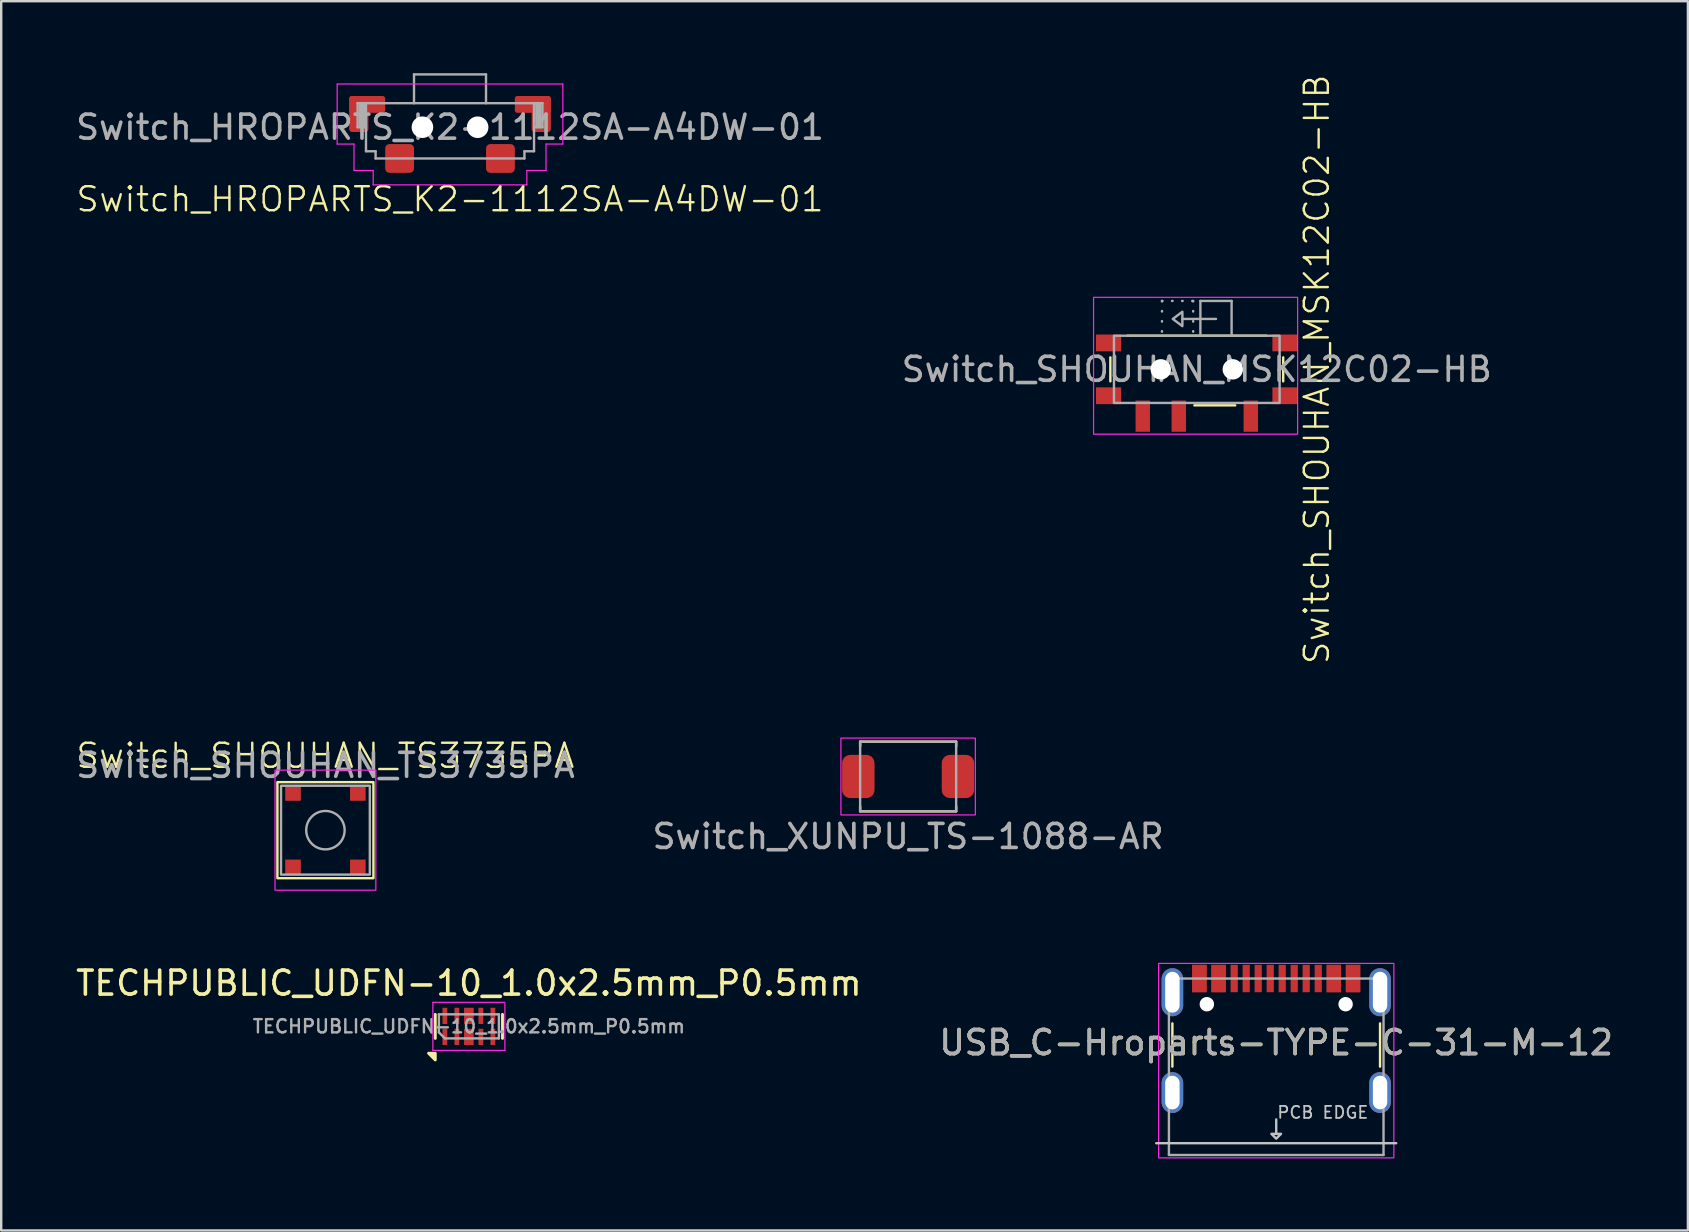
<source format=kicad_pcb>
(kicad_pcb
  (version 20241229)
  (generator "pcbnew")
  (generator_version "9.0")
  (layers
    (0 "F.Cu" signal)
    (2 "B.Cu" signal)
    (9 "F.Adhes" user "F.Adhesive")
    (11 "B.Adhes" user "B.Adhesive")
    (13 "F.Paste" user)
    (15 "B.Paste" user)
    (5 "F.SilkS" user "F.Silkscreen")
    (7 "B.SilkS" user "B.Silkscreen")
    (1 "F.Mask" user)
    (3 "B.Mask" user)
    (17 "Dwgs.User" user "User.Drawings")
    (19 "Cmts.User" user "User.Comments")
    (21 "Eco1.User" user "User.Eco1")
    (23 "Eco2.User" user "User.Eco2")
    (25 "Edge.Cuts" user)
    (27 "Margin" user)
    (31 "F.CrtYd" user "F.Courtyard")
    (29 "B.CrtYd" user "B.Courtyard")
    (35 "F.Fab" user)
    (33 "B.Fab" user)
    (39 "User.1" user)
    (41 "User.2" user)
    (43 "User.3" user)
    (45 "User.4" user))
  (footprint "Switch_SHOUHAN_TS3735PA"
    (layer "F.Cu")
    (at 10.506 31.532)
    (property "Reference" "Switch_SHOUHAN_TS3735PA" (at 0 -3.1 0) (unlocked yes) (layer "F.SilkS") (effects (font (size 1 1) (thickness 0.1))))
    (attr smd)
    (fp_rect (start -2 -2) (end 2 2) (stroke (width 0.1) (type default)) (fill no) (layer "F.SilkS"))
    (fp_rect (start -2.1 -2.5) (end 2.1 2.5) (stroke (width 0.05) (type solid)) (fill no) (layer "F.CrtYd"))
    (fp_rect (start -1.85 -1.85) (end 1.85 1.85) (stroke (width 0.1) (type solid)) (fill no) (layer "F.Fab"))
    (fp_circle (center 0 0) (end 0.8 0) (stroke (width 0.1) (type solid)) (fill no) (layer "F.Fab"))
    (fp_text user "${REFERENCE}" (at 0 -2.7 0) (unlocked yes) (layer "F.Fab") (effects (font (size 1 1) (thickness 0.15))))
    (pad "1" smd rect (at -1.35 -1.525) (size 0.65 0.6) (layers "F.Cu" "F.Mask" "F.Paste"))
    (pad "1" smd rect (at 1.35 -1.525) (size 0.65 0.6) (layers "F.Cu" "F.Mask" "F.Paste"))
    (pad "2" smd rect (at -1.35 1.525) (size 0.65 0.6) (layers "F.Cu" "F.Mask" "F.Paste"))
    (pad "2" smd rect (at 1.35 1.525) (size 0.65 0.6) (layers "F.Cu" "F.Mask" "F.Paste")))
  (footprint "TECHPUBLIC_UDFN-10_1.0x2.5mm_P0.5mm"
    (layer "F.Cu")
    (at 16.482 39.705)
    (property "Reference" "TECHPUBLIC_UDFN-10_1.0x2.5mm_P0.5mm" (at 0 -1.8 0) (layer "F.SilkS") (effects (font (size 1 1) (thickness 0.15))))
    (attr smd)
    (fp_line (start -1.4 -0.5) (end -1.4 0.5) (stroke (width 0.12) (type solid)) (layer "F.SilkS"))
    (fp_line (start 1.4 -0.5) (end 1.4 0.5) (stroke (width 0.12) (type solid)) (layer "F.SilkS"))
    (fp_poly (pts (xy -1.4 1.12) (xy -1.4 1.4) (xy -1.68 1.12) (xy -1.4 1.12)) (stroke (width 0.12) (type solid)) (fill yes) (layer "F.SilkS"))
    (fp_line (start -1.5 -1) (end 1.5 -1) (stroke (width 0.05) (type solid)) (layer "F.CrtYd"))
    (fp_line (start -1.5 1) (end -1.5 -1) (stroke (width 0.05) (type solid)) (layer "F.CrtYd"))
    (fp_line (start 1.5 -0.95) (end 1.5 1) (stroke (width 0.05) (type solid)) (layer "F.CrtYd"))
    (fp_line (start 1.5 1) (end -1.5 1) (stroke (width 0.05) (type solid)) (layer "F.CrtYd"))
    (fp_line (start -1.25 -0.5) (end -1.25 0.25) (stroke (width 0.1) (type solid)) (layer "F.Fab"))
    (fp_line (start -1.25 -0.5) (end 1.25 -0.5) (stroke (width 0.1) (type solid)) (layer "F.Fab"))
    (fp_line (start -1.25 0.25) (end -1 0.5) (stroke (width 0.1) (type solid)) (layer "F.Fab"))
    (fp_line (start -1 0.5) (end 1.25 0.5) (stroke (width 0.1) (type solid)) (layer "F.Fab"))
    (fp_line (start 1.25 0.5) (end 1.25 -0.5) (stroke (width 0.1) (type solid)) (layer "F.Fab"))
    (fp_text user "${REFERENCE}" (at 0 0 180) (layer "F.Fab") (effects (font (size 0.55 0.55) (thickness 0.1))))
    (pad "1" smd rect (at -1 0.438) (size 0.2 0.675) (layers "F.Cu" "F.Mask" "F.Paste"))
    (pad "2" smd rect (at -0.5 0.438) (size 0.2 0.675) (layers "F.Cu" "F.Mask" "F.Paste"))
    (pad "3" smd rect (at 0 0.438) (size 0.4 0.675) (layers "F.Cu" "F.Mask" "F.Paste"))
    (pad "4" smd rect (at 0.5 0.438) (size 0.2 0.675) (layers "F.Cu" "F.Mask" "F.Paste"))
    (pad "5" smd rect (at 1 0.438) (size 0.2 0.675) (layers "F.Cu" "F.Mask" "F.Paste"))
    (pad "6" smd rect (at -1 -0.438) (size 0.2 0.675) (layers "F.Cu" "F.Mask" "F.Paste"))
    (pad "7" smd rect (at -0.5 -0.438) (size 0.2 0.675) (layers "F.Cu" "F.Mask" "F.Paste"))
    (pad "8" smd rect (at 0 -0.438) (size 0.4 0.675) (layers "F.Cu" "F.Mask" "F.Paste"))
    (pad "9" smd rect (at 0.5 -0.438) (size 0.2 0.675) (layers "F.Cu" "F.Mask" "F.Paste"))
    (pad "10" smd rect (at 1 -0.438) (size 0.2 0.675) (layers "F.Cu" "F.Mask" "F.Paste")))
  (footprint "Switch_HROPARTS_K2-1112SA-A4DW-01"
    (layer "F.Cu")
    (at 15.696 2.25)
    (property "Reference" "Switch_HROPARTS_K2-1112SA-A4DW-01" (at 0 3 0) (unlocked yes) (layer "F.SilkS") (effects (font (size 1 1) (thickness 0.1))))
    (attr smd)
    (fp_line (start -4.7 -1.8) (end -4.7 0.7) (stroke (width 0.05) (type default)) (layer "F.CrtYd"))
    (fp_line (start -4.7 -1.8) (end 4.7 -1.8) (stroke (width 0.05) (type default)) (layer "F.CrtYd"))
    (fp_line (start -4.7 0.7) (end -4 0.7) (stroke (width 0.05) (type default)) (layer "F.CrtYd"))
    (fp_line (start -4 0.7) (end -4 1.8) (stroke (width 0.05) (type default)) (layer "F.CrtYd"))
    (fp_line (start -4 1.8) (end -3.2 1.8) (stroke (width 0.05) (type default)) (layer "F.CrtYd"))
    (fp_line (start -3.2 2.4) (end -3.2 1.8) (stroke (width 0.05) (type default)) (layer "F.CrtYd"))
    (fp_line (start 3.2 2.4) (end -3.2 2.4) (stroke (width 0.05) (type default)) (layer "F.CrtYd"))
    (fp_line (start 3.2 2.4) (end 3.2 1.8) (stroke (width 0.05) (type default)) (layer "F.CrtYd"))
    (fp_line (start 4 0.7) (end 4 1.8) (stroke (width 0.05) (type default)) (layer "F.CrtYd"))
    (fp_line (start 4 1.8) (end 3.2 1.8) (stroke (width 0.05) (type default)) (layer "F.CrtYd"))
    (fp_line (start 4.7 -1.8) (end 4.7 0.7) (stroke (width 0.05) (type default)) (layer "F.CrtYd"))
    (fp_line (start 4.7 0.7) (end 4 0.7) (stroke (width 0.05) (type default)) (layer "F.CrtYd"))
    (fp_line (start -3.85 -1) (end -3.85 0) (stroke (width 0.1) (type default)) (layer "F.Fab"))
    (fp_line (start -3.85 0) (end -3.5 0) (stroke (width 0.1) (type default)) (layer "F.Fab"))
    (fp_line (start -3.75 -1) (end -3.75 0) (stroke (width 0.1) (type default)) (layer "F.Fab"))
    (fp_line (start -3.675 -1) (end -3.675 0) (stroke (width 0.1) (type default)) (layer "F.Fab"))
    (fp_line (start -3.575 -1) (end -3.575 0) (stroke (width 0.1) (type default)) (layer "F.Fab"))
    (fp_line (start -3.5 -1) (end -3.85 -1) (stroke (width 0.1) (type solid)) (layer "F.Fab"))
    (fp_line (start -3.5 -1) (end 3.5 -1) (stroke (width 0.1) (type solid)) (layer "F.Fab"))
    (fp_line (start -3.5 1) (end -3.5 -1) (stroke (width 0.1) (type default)) (layer "F.Fab"))
    (fp_line (start -3.5 1) (end -3.1 1) (stroke (width 0.1) (type default)) (layer "F.Fab"))
    (fp_line (start -3.1 1) (end -3.1 1.3) (stroke (width 0.1) (type default)) (layer "F.Fab"))
    (fp_line (start -3.1 1.3) (end 3.1 1.3) (stroke (width 0.1) (type default)) (layer "F.Fab"))
    (fp_line (start -1.5 -2.2) (end 1.5 -2.2) (stroke (width 0.1) (type default)) (layer "F.Fab"))
    (fp_line (start -1.5 -1) (end -1.5 -2.2) (stroke (width 0.1) (type default)) (layer "F.Fab"))
    (fp_line (start 1.5 -2.2) (end 1.5 -1) (stroke (width 0.1) (type default)) (layer "F.Fab"))
    (fp_line (start 3.1 1) (end 3.1 1.3) (stroke (width 0.1) (type default)) (layer "F.Fab"))
    (fp_line (start 3.1 1) (end 3.5 1) (stroke (width 0.1) (type default)) (layer "F.Fab"))
    (fp_line (start 3.5 -1) (end 3.5 1) (stroke (width 0.1) (type default)) (layer "F.Fab"))
    (fp_line (start 3.5 -1) (end 3.85 -1) (stroke (width 0.1) (type solid)) (layer "F.Fab"))
    (fp_line (start 3.5 0) (end 3.85 0) (stroke (width 0.1) (type default)) (layer "F.Fab"))
    (fp_line (start 3.6 0) (end 3.6 -1) (stroke (width 0.1) (type default)) (layer "F.Fab"))
    (fp_line (start 3.675 0) (end 3.675 -1) (stroke (width 0.1) (type default)) (layer "F.Fab"))
    (fp_line (start 3.75 0) (end 3.75 -1) (stroke (width 0.1) (type default)) (layer "F.Fab"))
    (fp_line (start 3.85 0) (end 3.85 -1) (stroke (width 0.1) (type default)) (layer "F.Fab"))
    (fp_text user "${REFERENCE}" (at 0 0 0) (unlocked yes) (layer "F.Fab") (effects (font (size 1 1) (thickness 0.15))))
    (pad "" np_thru_hole circle (at -1.15 0) (size 0.9 0.9) (drill 0.9) (layers "*.Cu" "*.Mask"))
    (pad "" np_thru_hole circle (at 1.15 0) (size 0.9 0.9) (drill 0.9) (layers "*.Cu" "*.Mask"))
    (pad "1" smd roundrect (at -2.1 1.3) (size 1.2 1.2) (layers "F.Cu" "F.Mask" "F.Paste") (roundrect_rratio 0.15))
    (pad "2" smd roundrect (at 2.1 1.3) (size 1.2 1.2) (layers "F.Cu" "F.Mask" "F.Paste") (roundrect_rratio 0.15))
    (pad "MP" smd roundrect (at -3.8 -0.55) (size 0.8 1.5) (layers "F.Cu" "F.Mask" "F.Paste") (roundrect_rratio 0.15))
    (pad "MP" smd roundrect (at -3.45 -0.95) (size 1.5 0.7) (layers "F.Cu" "F.Mask" "F.Paste") (roundrect_rratio 0.15))
    (pad "MP" smd roundrect (at 3.45 -0.95) (size 1.5 0.7) (layers "F.Cu" "F.Mask" "F.Paste") (roundrect_rratio 0.15))
    (pad "MP" smd roundrect (at 3.8 -0.55) (size 0.8 1.5) (layers "F.Cu" "F.Mask" "F.Paste") (roundrect_rratio 0.15)))
  (footprint "USB_C-Hroparts-TYPE-C-31-M-12"
    (layer "F.Cu")
    (at 50.113 38.782)
    (property "Reference" "USB_C-Hroparts-TYPE-C-31-M-12" (at 0 1.6 0) (layer "F.SilkS") (effects (font (size 1 1) (thickness 0.15))))
    (attr through_hole)
    (fp_line (start -4.325 0.8) (end -4.325 2.6) (stroke (width 0.1) (type default)) (layer "F.SilkS"))
    (fp_line (start 4.325 0.8) (end 4.325 2.6) (stroke (width 0.1) (type default)) (layer "F.SilkS"))
    (fp_line (start 0 4.8) (end 0 5.4) (stroke (width 0.1) (type default)) (layer "Dwgs.User"))
    (fp_line (start 5 5.79) (end -5 5.79) (stroke (width 0.1) (type default)) (layer "Dwgs.User"))
    (fp_poly (pts (xy 0.2 5.4) (xy 0 5.6) (xy -0.2 5.4)) (stroke (width 0.1) (type solid)) (fill no) (layer "Dwgs.User"))
    (fp_rect (start -4.9 -1.7) (end 4.9 6.4) (stroke (width 0.05) (type default)) (fill no) (layer "F.CrtYd"))
    (fp_line (start -4.47 -1.07) (end -4.47 6.28) (stroke (width 0.1) (type default)) (layer "F.Fab"))
    (fp_line (start 4.47 -1.07) (end -4.47 -1.07) (stroke (width 0.1) (type default)) (layer "F.Fab"))
    (fp_line (start 4.47 -1.07) (end 4.47 6.28) (stroke (width 0.1) (type default)) (layer "F.Fab"))
    (fp_line (start 4.47 6.28) (end -4.47 6.28) (stroke (width 0.1) (type default)) (layer "F.Fab"))
    (fp_text user "PCB EDGE" (at 0 4.8 0) (unlocked yes) (layer "Dwgs.User") (effects (font (size 0.5 0.5) (thickness 0.075)) (justify left bottom)))
    (fp_text user "${REFERENCE}" (at 0 1.6 0) (layer "F.Fab") (effects (font (size 1 1) (thickness 0.15))))
    (pad "" np_thru_hole circle (at -2.89 0) (size 0.6 0.6) (drill 0.6) (layers "*.Cu" "*.Mask"))
    (pad "" np_thru_hole circle (at 2.89 0) (size 0.6 0.6) (drill 0.6) (layers "*.Cu" "*.Mask"))
    (pad "A1" smd rect (at -3.2 -1.07) (size 0.6 1.14) (layers "F.Cu" "F.Mask" "F.Paste"))
    (pad "A4" smd rect (at -2.4 -1.07) (size 0.6 1.14) (layers "F.Cu" "F.Mask" "F.Paste"))
    (pad "A5" smd rect (at -1.25 -1.07) (size 0.3 1.14) (layers "F.Cu" "F.Mask" "F.Paste"))
    (pad "A6" smd rect (at -0.25 -1.07) (size 0.3 1.14) (layers "F.Cu" "F.Mask" "F.Paste"))
    (pad "A7" smd rect (at 0.25 -1.07) (size 0.3 1.14) (layers "F.Cu" "F.Mask" "F.Paste"))
    (pad "A8" smd rect (at 1.25 -1.07) (size 0.3 1.14) (layers "F.Cu" "F.Mask" "F.Paste"))
    (pad "A9" smd rect (at 2.4 -1.07) (size 0.6 1.14) (layers "F.Cu" "F.Mask" "F.Paste"))
    (pad "A12" smd rect (at 3.2 -1.07) (size 0.6 1.14) (layers "F.Cu" "F.Mask" "F.Paste"))
    (pad "B1" smd rect (at 3.2 -1.07) (size 0.6 1.14) (layers "F.Cu" "F.Mask" "F.Paste"))
    (pad "B4" smd rect (at 2.4 -1.07) (size 0.6 1.14) (layers "F.Cu" "F.Mask" "F.Paste"))
    (pad "B5" smd rect (at 1.75 -1.07) (size 0.3 1.14) (layers "F.Cu" "F.Mask" "F.Paste"))
    (pad "B6" smd rect (at 0.75 -1.07) (size 0.3 1.14) (layers "F.Cu" "F.Mask" "F.Paste"))
    (pad "B7" smd rect (at -0.75 -1.07) (size 0.3 1.14) (layers "F.Cu" "F.Mask" "F.Paste"))
    (pad "B8" smd rect (at -1.75 -1.07) (size 0.3 1.14) (layers "F.Cu" "F.Mask" "F.Paste"))
    (pad "B9" smd rect (at -2.4 -1.07) (size 0.6 1.14) (layers "F.Cu" "F.Mask" "F.Paste"))
    (pad "B12" smd rect (at -3.2 -1.07) (size 0.6 1.14) (layers "F.Cu" "F.Mask" "F.Paste"))
    (pad "S1" thru_hole oval (at -4.325 -0.5) (size 0.9 2) (drill oval 0.6 1.7) (layers "*.Cu" "*.Mask"))
    (pad "S1" thru_hole oval (at -4.325 3.68) (size 0.9 1.7) (drill oval 0.6 1.4) (layers "*.Cu" "*.Mask"))
    (pad "S1" thru_hole oval (at 4.325 -0.5) (size 0.9 2) (drill oval 0.6 1.7) (layers "*.Cu" "*.Mask"))
    (pad "S1" thru_hole oval (at 4.325 3.68) (size 0.9 1.7) (drill oval 0.6 1.4) (layers "*.Cu" "*.Mask")))
  (footprint "Switch_XUNPU_TS-1088-AR"
    (layer "F.Cu")
    (at 34.78 29.296)
    (property "Reference" "Switch_XUNPU_TS-1088-AR" (at 0 2.5 0) (unlocked yes) (layer "F.SilkS") (effects (font (size 1 1) (thickness 0.1))))
    (attr smd)
    (fp_line (start -2 -1.45) (end -2 -1.25) (stroke (width 0.1) (type default)) (layer "F.SilkS"))
    (fp_line (start -2 -1.45) (end 2 -1.45) (stroke (width 0.1) (type default)) (layer "F.SilkS"))
    (fp_line (start -2 1.25) (end -2 1.45) (stroke (width 0.1) (type default)) (layer "F.SilkS"))
    (fp_line (start -2 1.45) (end 2 1.45) (stroke (width 0.1) (type default)) (layer "F.SilkS"))
    (fp_line (start 2 -1.45) (end 2 -1.25) (stroke (width 0.1) (type default)) (layer "F.SilkS"))
    (fp_line (start 2 1.45) (end 2 1.25) (stroke (width 0.1) (type default)) (layer "F.SilkS"))
    (fp_rect (start -2.8 -1.6) (end 2.8 1.6) (stroke (width 0.05) (type default)) (fill no) (layer "F.CrtYd"))
    (fp_rect (start -2 -1.45) (end 2 1.45) (stroke (width 0.1) (type default)) (fill no) (layer "F.Fab"))
    (fp_text user "${REFERENCE}" (at 0 2.5 0) (unlocked yes) (layer "F.Fab") (effects (font (size 1 1) (thickness 0.15))))
    (pad "1" smd roundrect (at -2.075 0) (size 1.35 1.8) (layers "F.Cu" "F.Mask" "F.Paste") (roundrect_rratio 0.25))
    (pad "2" smd roundrect (at 2.075 0) (size 1.35 1.8) (layers "F.Cu" "F.Mask" "F.Paste") (roundrect_rratio 0.25)))
  (footprint "Switch_SHOUHAN_MSK12C02-HB"
    (layer "F.Cu")
    (at 46.804 12.336)
    (property "Reference" "Switch_SHOUHAN_MSK12C02-HB" (at 5 0 90) (unlocked yes) (layer "F.SilkS") (effects (font (size 1 1) (thickness 0.1))))
    (attr smd)
    (fp_line (start -3.6 -0.5) (end -3.6 0.5) (stroke (width 0.1) (type default)) (layer "F.SilkS"))
    (fp_line (start -2.9 -1.4) (end 2.9 -1.4) (stroke (width 0.1) (type default)) (layer "F.SilkS"))
    (fp_line (start 1.6 1.5) (end -0.1 1.5) (stroke (width 0.1) (type default)) (layer "F.SilkS"))
    (fp_line (start 3.6 -0.5) (end 3.6 0.5) (stroke (width 0.1) (type default)) (layer "F.SilkS"))
    (fp_rect (start -4.3 -3) (end 4.2 2.7) (stroke (width 0.05) (type default)) (fill no) (layer "F.CrtYd"))
    (fp_line (start -1.45 -2.85) (end -1.45 -1.4) (stroke (width 0.1) (type dot)) (layer "F.Fab"))
    (fp_line (start -1.45 -2.85) (end -0.15 -2.85) (stroke (width 0.1) (type dot)) (layer "F.Fab"))
    (fp_line (start -0.6 -2.1) (end 0.8 -2.1) (stroke (width 0.1) (type default)) (layer "F.Fab"))
    (fp_line (start -0.15 -2.85) (end -0.15 -1.4) (stroke (width 0.1) (type dot)) (layer "F.Fab"))
    (fp_line (start 0.15 -2.85) (end 0.15 -1.4) (stroke (width 0.1) (type default)) (layer "F.Fab"))
    (fp_line (start 0.15 -2.85) (end 1.45 -2.85) (stroke (width 0.1) (type default)) (layer "F.Fab"))
    (fp_line (start 1.45 -2.85) (end 1.45 -1.4) (stroke (width 0.1) (type default)) (layer "F.Fab"))
    (fp_rect (start -3.45 -1.4) (end 3.45 1.4) (stroke (width 0.1) (type default)) (fill no) (layer "F.Fab"))
    (fp_poly (pts (xy -0.6 -2.4) (xy -0.6 -1.8) (xy -1 -2.1)) (stroke (width 0.1) (type solid)) (fill no) (layer "F.Fab"))
    (fp_text user "${REFERENCE}" (at 0 0 0) (unlocked yes) (layer "F.Fab") (effects (font (size 1 1) (thickness 0.15))))
    (pad "" np_thru_hole circle (at -1.5 0) (size 0.85 0.85) (drill 0.85) (layers "*.Cu" "*.Mask"))
    (pad "" np_thru_hole circle (at 1.5 0) (size 0.85 0.85) (drill 0.85) (layers "*.Cu" "*.Mask"))
    (pad "1" smd rect (at -2.25 1.95) (size 0.6 1.3) (layers "F.Cu" "F.Mask" "F.Paste"))
    (pad "2" smd rect (at -0.75 1.95) (size 0.6 1.3) (layers "F.Cu" "F.Mask" "F.Paste"))
    (pad "3" smd rect (at 2.25 1.95) (size 0.6 1.3) (layers "F.Cu" "F.Mask" "F.Paste"))
    (pad "MP" smd rect (at -3.675 -1.1) (size 1.05 0.7) (layers "F.Cu" "F.Mask" "F.Paste"))
    (pad "MP" smd rect (at -3.675 1.1) (size 1.05 0.7) (layers "F.Cu" "F.Mask" "F.Paste"))
    (pad "MP" smd rect (at 3.675 -1.1) (size 1.05 0.7) (layers "F.Cu" "F.Mask" "F.Paste"))
    (pad "MP" smd rect (at 3.675 1.1) (size 1.05 0.7) (layers "F.Cu" "F.Mask" "F.Paste")))
  (gr_rect
    (start -3 -3)
    (end 67.262 48.207)
    (stroke (width 0.1) (type default))
    (fill no)
    (layer "Edge.Cuts")))
</source>
